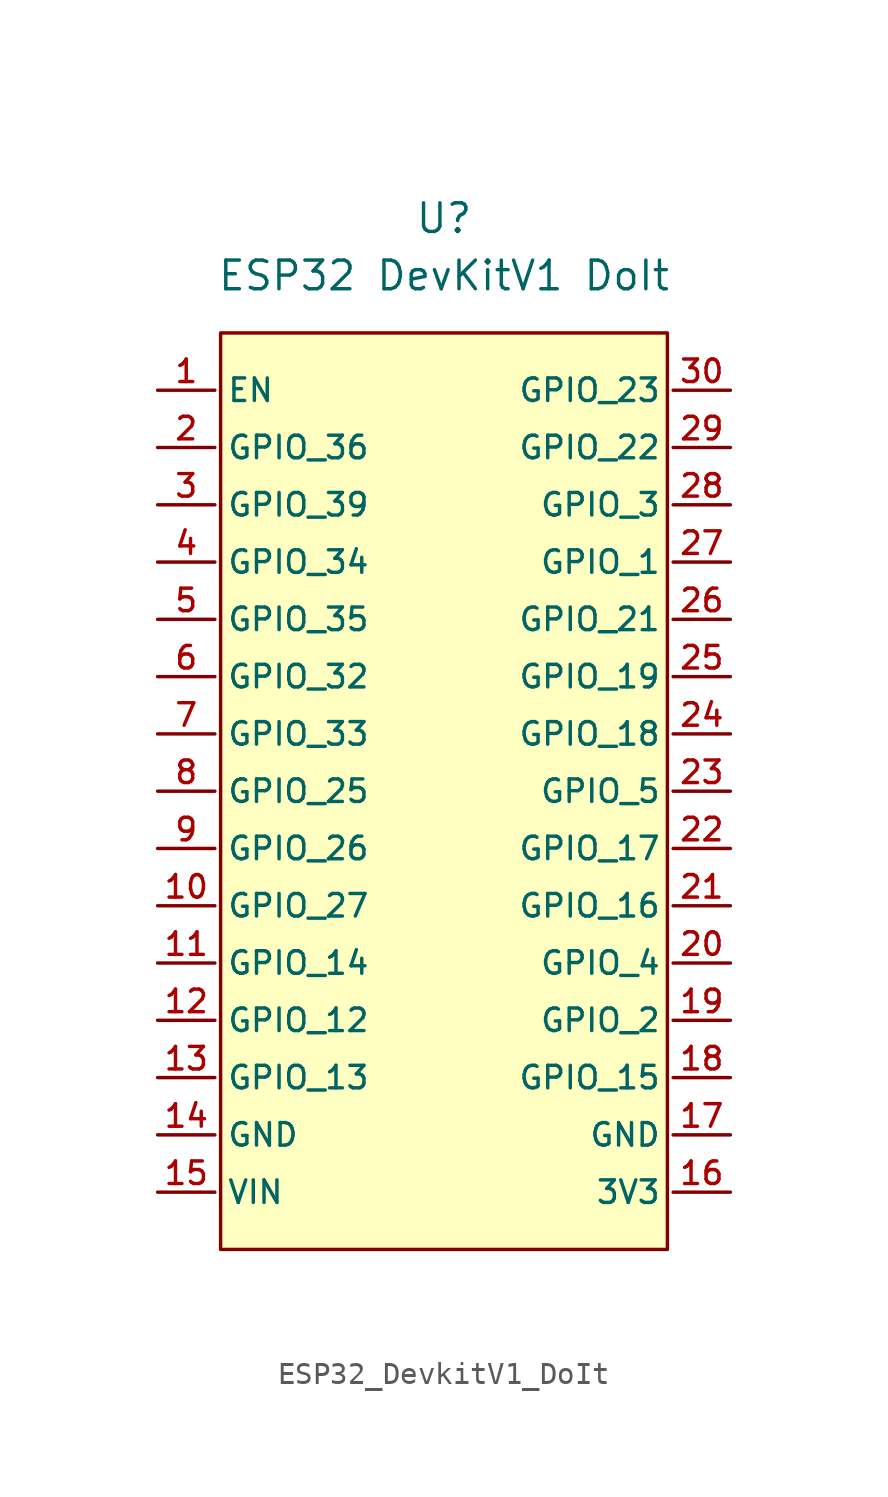
<source format=kicad_sym>
(kicad_symbol_lib
  (version 20220914)
  (generator kicad_symbol_editor)
  (symbol "ESP32_DevkitV1_DoIt"
    (property "Reference" "U"
      (at 0 7.62 0)
      (effects (font (size 1.27 1.27))))
    (property "Value" "ESP32 DevKitV1 DoIt"
      (at 0 5.08 0)
      (effects (font (size 1.27 1.27))))
    (symbol "ESP32_DevkitV1_DoIt_1_1"
      (rectangle (start -9.906 2.54) (end 9.906 -38.1) (stroke (width 0) (type default)) (fill (type background)))
      (pin input line (at -12.7 0 0) (length 2.54) (name "EN" (effects (font (size 1 1)))) (number "1" (effects (font (size 1 1)))))
      (pin bidirectional line (at -12.7 -22.86 0) (length 2.54) (name "GPIO_27" (effects (font (size 1 1)))) (number "10" (effects (font (size 1 1)))))
      (pin bidirectional line (at -12.7 -25.4 0) (length 2.54) (name "GPIO_14" (effects (font (size 1 1)))) (number "11" (effects (font (size 1 1)))))
      (pin bidirectional line (at -12.7 -27.94 0) (length 2.54) (name "GPIO_12" (effects (font (size 1 1)))) (number "12" (effects (font (size 1 1)))))
      (pin bidirectional line (at -12.7 -30.48 0) (length 2.54) (name "GPIO_13" (effects (font (size 1 1)))) (number "13" (effects (font (size 1 1)))))
      (pin power_in line (at -12.7 -33.02 0) (length 2.54) (name "GND" (effects (font (size 1 1)))) (number "14" (effects (font (size 1 1)))))
      (pin power_in line (at -12.7 -35.56 0) (length 2.54) (name "VIN" (effects (font (size 1 1)))) (number "15" (effects (font (size 1 1)))))
      (pin bidirectional line (at 12.7 -35.56 180) (length 2.54) (name "3V3" (effects (font (size 1 1)))) (number "16" (effects (font (size 1 1)))))
      (pin power_in line (at 12.7 -33.02 180) (length 2.54) (name "GND" (effects (font (size 1 1)))) (number "17" (effects (font (size 1 1)))))
      (pin bidirectional line (at 12.7 -30.48 180) (length 2.54) (name "GPIO_15" (effects (font (size 1 1)))) (number "18" (effects (font (size 1 1)))))
      (pin bidirectional line (at 12.7 -27.94 180) (length 2.54) (name "GPIO_2" (effects (font (size 1 1)))) (number "19" (effects (font (size 1 1)))))
      (pin bidirectional line (at -12.7 -2.54 0) (length 2.54) (name "GPIO_36" (effects (font (size 1 1)))) (number "2" (effects (font (size 1 1)))))
      (pin bidirectional line (at 12.7 -25.4 180) (length 2.54) (name "GPIO_4" (effects (font (size 1 1)))) (number "20" (effects (font (size 1 1)))))
      (pin bidirectional line (at 12.7 -22.86 180) (length 2.54) (name "GPIO_16" (effects (font (size 1 1)))) (number "21" (effects (font (size 1 1)))))
      (pin bidirectional line (at 12.7 -20.32 180) (length 2.54) (name "GPIO_17" (effects (font (size 1 1)))) (number "22" (effects (font (size 1 1)))))
      (pin bidirectional line (at 12.7 -17.78 180) (length 2.54) (name "GPIO_5" (effects (font (size 1 1)))) (number "23" (effects (font (size 1 1)))))
      (pin bidirectional line (at 12.7 -15.24 180) (length 2.54) (name "GPIO_18" (effects (font (size 1 1)))) (number "24" (effects (font (size 1 1)))))
      (pin bidirectional line (at 12.7 -12.7 180) (length 2.54) (name "GPIO_19" (effects (font (size 1 1)))) (number "25" (effects (font (size 1 1)))))
      (pin bidirectional line (at 12.7 -10.16 180) (length 2.54) (name "GPIO_21" (effects (font (size 1 1)))) (number "26" (effects (font (size 1 1)))))
      (pin bidirectional line (at 12.7 -7.62 180) (length 2.54) (name "GPIO_1" (effects (font (size 1 1)))) (number "27" (effects (font (size 1 1)))))
      (pin bidirectional line (at 12.7 -5.08 180) (length 2.54) (name "GPIO_3" (effects (font (size 1 1)))) (number "28" (effects (font (size 1 1)))))
      (pin bidirectional line (at 12.7 -2.54 180) (length 2.54) (name "GPIO_22" (effects (font (size 1 1)))) (number "29" (effects (font (size 1 1)))))
      (pin bidirectional line (at -12.7 -5.08 0) (length 2.54) (name "GPIO_39" (effects (font (size 1 1)))) (number "3" (effects (font (size 1 1)))))
      (pin bidirectional line (at 12.7 0 180) (length 2.54) (name "GPIO_23" (effects (font (size 1 1)))) (number "30" (effects (font (size 1 1)))))
      (pin bidirectional line (at -12.7 -7.62 0) (length 2.54) (name "GPIO_34" (effects (font (size 1 1)))) (number "4" (effects (font (size 1 1)))))
      (pin bidirectional line (at -12.7 -10.16 0) (length 2.54) (name "GPIO_35" (effects (font (size 1 1)))) (number "5" (effects (font (size 1 1)))))
      (pin bidirectional line (at -12.7 -12.7 0) (length 2.54) (name "GPIO_32" (effects (font (size 1 1)))) (number "6" (effects (font (size 1 1)))))
      (pin bidirectional line (at -12.7 -15.24 0) (length 2.54) (name "GPIO_33" (effects (font (size 1 1)))) (number "7" (effects (font (size 1 1)))))
      (pin bidirectional line (at -12.7 -17.78 0) (length 2.54) (name "GPIO_25" (effects (font (size 1 1)))) (number "8" (effects (font (size 1 1)))))
      (pin bidirectional line (at -12.7 -20.32 0) (length 2.54) (name "GPIO_26" (effects (font (size 1 1)))) (number "9" (effects (font (size 1 1))))))))
</source>
